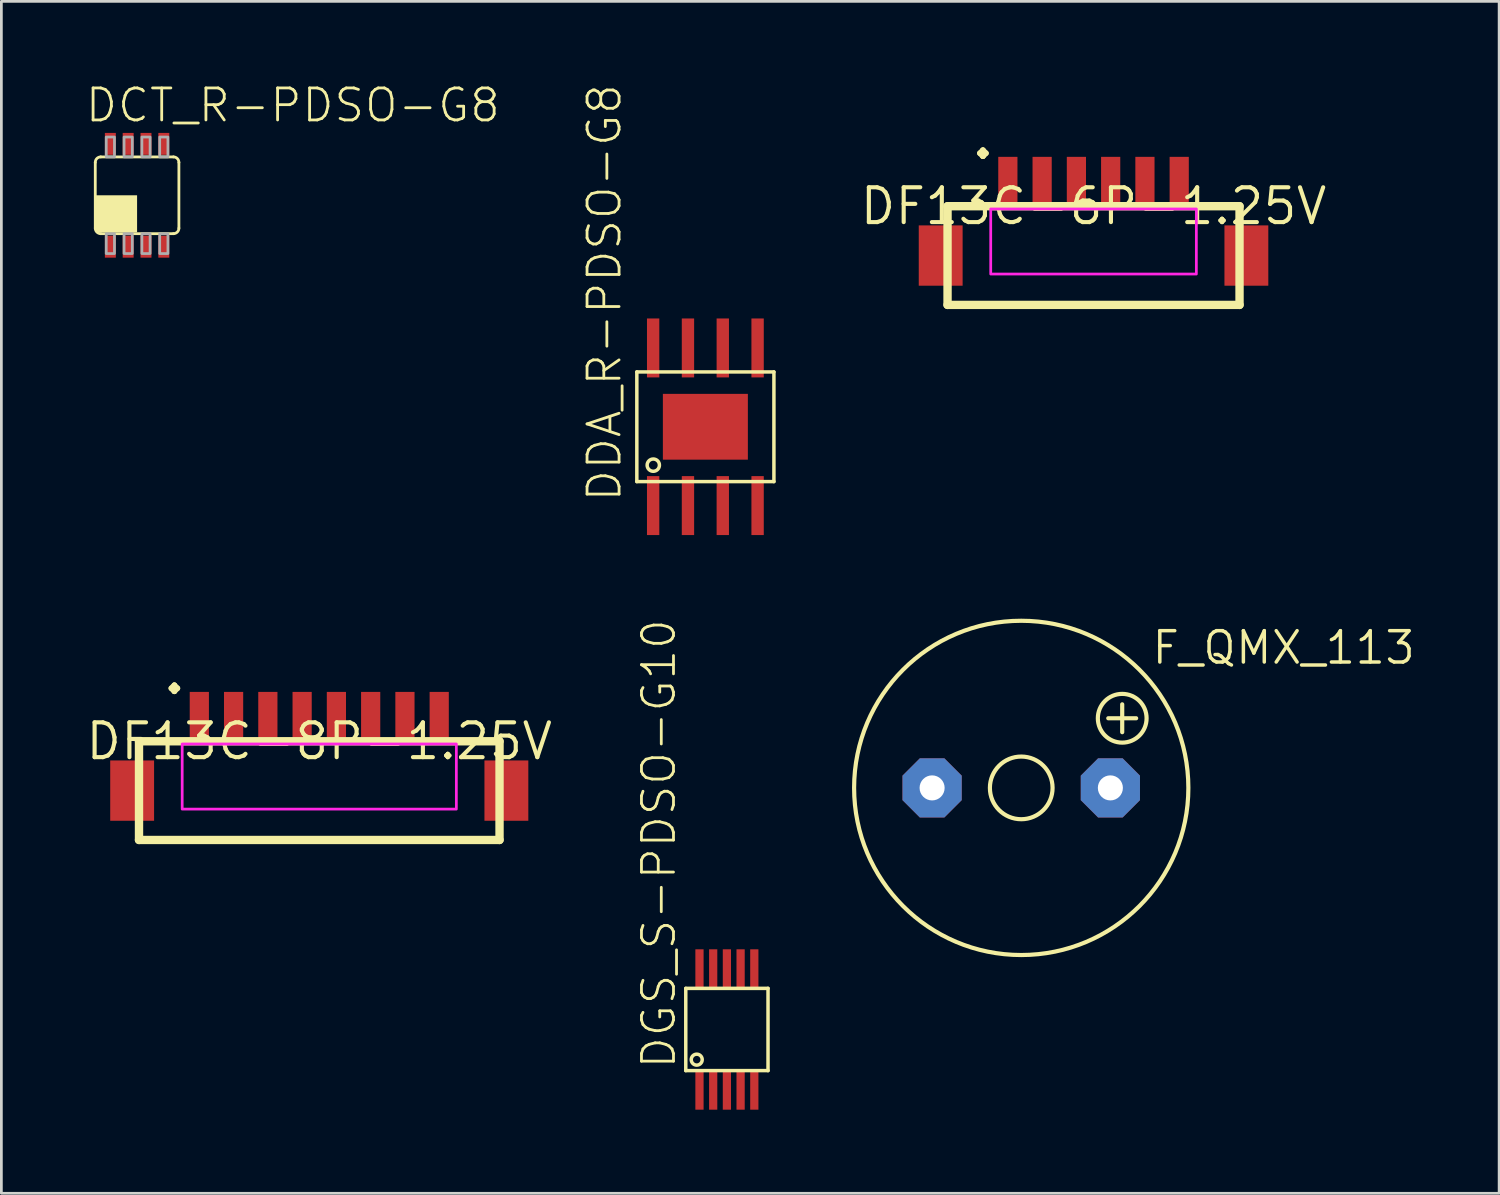
<source format=kicad_pcb>
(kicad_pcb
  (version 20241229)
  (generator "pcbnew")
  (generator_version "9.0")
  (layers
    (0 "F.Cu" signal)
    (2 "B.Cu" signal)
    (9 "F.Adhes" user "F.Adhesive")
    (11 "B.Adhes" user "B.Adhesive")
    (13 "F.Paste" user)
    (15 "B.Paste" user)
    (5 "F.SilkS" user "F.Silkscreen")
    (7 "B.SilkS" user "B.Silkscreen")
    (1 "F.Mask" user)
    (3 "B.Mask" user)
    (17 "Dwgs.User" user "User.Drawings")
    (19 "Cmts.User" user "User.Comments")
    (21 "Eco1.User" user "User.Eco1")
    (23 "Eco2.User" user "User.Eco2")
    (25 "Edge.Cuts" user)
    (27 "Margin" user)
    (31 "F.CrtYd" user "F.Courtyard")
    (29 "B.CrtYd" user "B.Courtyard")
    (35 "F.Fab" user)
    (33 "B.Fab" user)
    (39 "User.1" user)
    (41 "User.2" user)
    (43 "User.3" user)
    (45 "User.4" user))
  (footprint "DDA_R-PDSO-G8"
    (layer "F.Cu")
    (at 22.678 12.516)
    (property "Reference" "DDA_R-PDSO-G8" (at -3 2.8 90) (unlocked yes) (layer "F.SilkS") (effects (font (size 1.168 1.168) (thickness 0.102)) (justify left bottom)))
    (fp_poly (pts (xy -2.175 -1.75) (xy -1.625 -1.75) (xy -1.625 -4) (xy -2.175 -4)) (stroke (width 0) (type default)) (fill yes) (layer "F.Mask"))
    (fp_poly (pts (xy -2.175 4) (xy -1.625 4) (xy -1.625 1.75) (xy -2.175 1.75)) (stroke (width 0) (type default)) (fill yes) (layer "F.Mask"))
    (fp_poly (pts (xy -1.6 1.25) (xy 1.6 1.25) (xy 1.6 -1.25) (xy -1.6 -1.25)) (stroke (width 0) (type default)) (fill yes) (layer "F.Mask"))
    (fp_poly (pts (xy -0.9 -1.75) (xy -0.35 -1.75) (xy -0.35 -4) (xy -0.9 -4)) (stroke (width 0) (type default)) (fill yes) (layer "F.Mask"))
    (fp_poly (pts (xy -0.9 4) (xy -0.35 4) (xy -0.35 1.75) (xy -0.9 1.75)) (stroke (width 0) (type default)) (fill yes) (layer "F.Mask"))
    (fp_poly (pts (xy 0.35 -1.75) (xy 0.9 -1.75) (xy 0.9 -4) (xy 0.35 -4)) (stroke (width 0) (type default)) (fill yes) (layer "F.Mask"))
    (fp_poly (pts (xy 0.35 4) (xy 0.9 4) (xy 0.9 1.75) (xy 0.35 1.75)) (stroke (width 0) (type default)) (fill yes) (layer "F.Mask"))
    (fp_poly (pts (xy 1.625 -1.75) (xy 2.175 -1.75) (xy 2.175 -4) (xy 1.625 -4)) (stroke (width 0) (type default)) (fill yes) (layer "F.Mask"))
    (fp_poly (pts (xy 1.625 4) (xy 2.175 4) (xy 2.175 1.75) (xy 1.625 1.75)) (stroke (width 0) (type default)) (fill yes) (layer "F.Mask"))
    (fp_line (start -2.5 -2) (end 2.5 -2) (stroke (width 0.127) (type solid)) (layer "F.SilkS"))
    (fp_line (start -2.5 2) (end -2.5 -2) (stroke (width 0.127) (type solid)) (layer "F.SilkS"))
    (fp_line (start 2.5 -2) (end 2.5 2) (stroke (width 0.127) (type solid)) (layer "F.SilkS"))
    (fp_line (start 2.5 2) (end -2.5 2) (stroke (width 0.127) (type solid)) (layer "F.SilkS"))
    (fp_circle (center -1.9 1.4) (end -1.676 1.4) (stroke (width 0.127) (type solid)) (fill no) (layer "F.SilkS"))
    (fp_poly (pts (xy -2.1 -1.825) (xy -1.7 -1.825) (xy -1.7 -3.925) (xy -2.1 -3.925)) (stroke (width 0) (type default)) (fill yes) (layer "F.Paste"))
    (fp_poly (pts (xy -2.1 3.925) (xy -1.7 3.925) (xy -1.7 1.825) (xy -2.1 1.825)) (stroke (width 0) (type default)) (fill yes) (layer "F.Paste"))
    (fp_poly (pts (xy -1.3 -0.2) (xy -0.2 -0.2) (xy -0.2 -1) (xy -1.3 -1)) (stroke (width 0) (type default)) (fill yes) (layer "F.Paste"))
    (fp_poly (pts (xy -1.3 1) (xy -0.2 1) (xy -0.2 0.2) (xy -1.3 0.2)) (stroke (width 0) (type default)) (fill yes) (layer "F.Paste"))
    (fp_poly (pts (xy -0.825 -1.825) (xy -0.425 -1.825) (xy -0.425 -3.925) (xy -0.825 -3.925)) (stroke (width 0) (type default)) (fill yes) (layer "F.Paste"))
    (fp_poly (pts (xy -0.825 3.925) (xy -0.425 3.925) (xy -0.425 1.825) (xy -0.825 1.825)) (stroke (width 0) (type default)) (fill yes) (layer "F.Paste"))
    (fp_poly (pts (xy 0.2 -0.2) (xy 1.3 -0.2) (xy 1.3 -1) (xy 0.2 -1)) (stroke (width 0) (type default)) (fill yes) (layer "F.Paste"))
    (fp_poly (pts (xy 0.2 1) (xy 1.3 1) (xy 1.3 0.2) (xy 0.2 0.2)) (stroke (width 0) (type default)) (fill yes) (layer "F.Paste"))
    (fp_poly (pts (xy 0.425 -1.825) (xy 0.825 -1.825) (xy 0.825 -3.925) (xy 0.425 -3.925)) (stroke (width 0) (type default)) (fill yes) (layer "F.Paste"))
    (fp_poly (pts (xy 0.425 3.925) (xy 0.825 3.925) (xy 0.825 1.825) (xy 0.425 1.825)) (stroke (width 0) (type default)) (fill yes) (layer "F.Paste"))
    (fp_poly (pts (xy 1.7 -1.825) (xy 2.1 -1.825) (xy 2.1 -3.925) (xy 1.7 -3.925)) (stroke (width 0) (type default)) (fill yes) (layer "F.Paste"))
    (fp_poly (pts (xy 1.7 3.925) (xy 2.1 3.925) (xy 2.1 1.825) (xy 1.7 1.825)) (stroke (width 0) (type default)) (fill yes) (layer "F.Paste"))
    (pad "1" smd rect (at -1.905 2.875) (size 0.45 2.15) (layers "F.Cu"))
    (pad "2" smd rect (at -0.635 2.875) (size 0.45 2.15) (layers "F.Cu"))
    (pad "3" smd rect (at 0.635 2.875) (size 0.45 2.15) (layers "F.Cu"))
    (pad "4" smd rect (at 1.905 2.875) (size 0.45 2.15) (layers "F.Cu"))
    (pad "5" smd rect (at 1.905 -2.875) (size 0.45 2.15) (layers "F.Cu"))
    (pad "6" smd rect (at 0.635 -2.875) (size 0.45 2.15) (layers "F.Cu"))
    (pad "7" smd rect (at -0.635 -2.875) (size 0.45 2.15) (layers "F.Cu"))
    (pad "8" smd rect (at -1.905 -2.875) (size 0.45 2.15) (layers "F.Cu"))
    (pad "PAD" smd rect (at 0 0) (size 3.1 2.4) (layers "F.Cu")))
  (footprint "F_QMX_113"
    (layer "F.Cu")
    (at 34.199 25.688)
    (property "Reference" "F_QMX_113" (at 4.699 -4.445 0) (unlocked yes) (layer "F.SilkS") (effects (font (size 1.143 1.143) (thickness 0.127)) (justify left bottom)))
    (fp_line (start 3.175 -2.54) (end 4.191 -2.54) (stroke (width 0.152) (type solid)) (layer "F.SilkS"))
    (fp_line (start 3.683 -2.032) (end 3.683 -3.048) (stroke (width 0.152) (type solid)) (layer "F.SilkS"))
    (fp_circle (center 0 0) (end 1.143 0) (stroke (width 0.152) (type solid)) (fill no) (layer "F.SilkS"))
    (fp_circle (center 0 0) (end 6.096 0) (stroke (width 0.152) (type solid)) (fill no) (layer "F.SilkS"))
    (fp_circle (center 3.683 -2.54) (end 4.572 -2.54) (stroke (width 0.152) (type solid)) (fill no) (layer "F.SilkS"))
    (pad "+" thru_hole roundrect (at 3.251 0) (size 2.159 2.159) (drill 0.914) (layers "*.Cu" "*.Mask") (roundrect_rratio 0.25) (chamfer_ratio 0.293) (chamfer top_left top_right bottom_left bottom_right))
    (pad "-" thru_hole roundrect (at -3.251 0) (size 2.159 2.159) (drill 0.914) (layers "*.Cu" "*.Mask") (roundrect_rratio 0.25) (chamfer_ratio 0.293) (chamfer top_left top_right bottom_left bottom_right)))
  (footprint "DCT_R-PDSO-G8"
    (layer "F.Cu")
    (at 1.95 4.073)
    (property "Reference" "DCT_R-PDSO-G8" (at -1.95 -2.6 0) (unlocked yes) (layer "F.SilkS") (effects (font (size 1.168 1.168) (thickness 0.102)) (justify left bottom)))
    (fp_poly (pts (xy -1.225 2.35) (xy -0.725 2.35) (xy -0.725 1.425) (xy -1.225 1.425)) (stroke (width 0) (type default)) (fill yes) (layer "F.Mask"))
    (fp_poly (pts (xy -0.725 -2.35) (xy -1.225 -2.35) (xy -1.225 -1.425) (xy -0.725 -1.425)) (stroke (width 0) (type default)) (fill yes) (layer "F.Mask"))
    (fp_poly (pts (xy -0.575 2.35) (xy -0.075 2.35) (xy -0.075 1.425) (xy -0.575 1.425)) (stroke (width 0) (type default)) (fill yes) (layer "F.Mask"))
    (fp_poly (pts (xy -0.075 -2.35) (xy -0.575 -2.35) (xy -0.575 -1.425) (xy -0.075 -1.425)) (stroke (width 0) (type default)) (fill yes) (layer "F.Mask"))
    (fp_poly (pts (xy 0.075 2.35) (xy 0.575 2.35) (xy 0.575 1.425) (xy 0.075 1.425)) (stroke (width 0) (type default)) (fill yes) (layer "F.Mask"))
    (fp_poly (pts (xy 0.575 -2.35) (xy 0.075 -2.35) (xy 0.075 -1.425) (xy 0.575 -1.425)) (stroke (width 0) (type default)) (fill yes) (layer "F.Mask"))
    (fp_poly (pts (xy 0.725 2.35) (xy 1.225 2.35) (xy 1.225 1.425) (xy 0.725 1.425)) (stroke (width 0) (type default)) (fill yes) (layer "F.Mask"))
    (fp_poly (pts (xy 1.225 -2.35) (xy 0.725 -2.35) (xy 0.725 -1.425) (xy 1.225 -1.425)) (stroke (width 0) (type default)) (fill yes) (layer "F.Mask"))
    (fp_line (start -1.525 1.2) (end -1.525 -1.2) (stroke (width 0.102) (type solid)) (layer "F.SilkS"))
    (fp_line (start -1.325 -1.4) (end 1.325 -1.4) (stroke (width 0.102) (type solid)) (layer "F.SilkS"))
    (fp_line (start 1.325 1.4) (end -1.325 1.4) (stroke (width 0.102) (type solid)) (layer "F.SilkS"))
    (fp_line (start 1.525 -1.2) (end 1.525 1.2) (stroke (width 0.102) (type solid)) (layer "F.SilkS"))
    (fp_arc (start -1.525 -1.2) (mid -1.466421 -1.341421) (end -1.325 -1.4) (stroke (width 0.1016) (type solid)) (layer "F.SilkS"))
    (fp_arc (start -1.325 1.4) (mid -1.466421 1.341421) (end -1.525 1.2) (stroke (width 0.1016) (type solid)) (layer "F.SilkS"))
    (fp_arc (start 1.325 -1.4) (mid 1.466421 -1.341421) (end 1.525 -1.2) (stroke (width 0.1016) (type solid)) (layer "F.SilkS"))
    (fp_arc (start 1.525 1.2) (mid 1.466421 1.341421) (end 1.325 1.4) (stroke (width 0.1016) (type solid)) (layer "F.SilkS"))
    (fp_poly (pts (xy -1.5 1.35) (xy 0 1.35) (xy 0 0) (xy -1.5 0)) (stroke (width 0) (type default)) (fill yes) (layer "F.SilkS"))
    (fp_poly (pts (xy -1.125 2.125) (xy -0.825 2.125) (xy -0.825 1.4) (xy -1.125 1.4)) (stroke (width 0.1) (type default)) (fill no) (layer "F.Fab"))
    (fp_poly (pts (xy -0.825 -2.125) (xy -1.125 -2.125) (xy -1.125 -1.4) (xy -0.825 -1.4)) (stroke (width 0.1) (type default)) (fill no) (layer "F.Fab"))
    (fp_poly (pts (xy -0.475 2.125) (xy -0.175 2.125) (xy -0.175 1.4) (xy -0.475 1.4)) (stroke (width 0.1) (type default)) (fill no) (layer "F.Fab"))
    (fp_poly (pts (xy -0.175 -2.125) (xy -0.475 -2.125) (xy -0.475 -1.4) (xy -0.175 -1.4)) (stroke (width 0.1) (type default)) (fill no) (layer "F.Fab"))
    (fp_poly (pts (xy 0.175 2.125) (xy 0.475 2.125) (xy 0.475 1.4) (xy 0.175 1.4)) (stroke (width 0.1) (type default)) (fill no) (layer "F.Fab"))
    (fp_poly (pts (xy 0.475 -2.125) (xy 0.175 -2.125) (xy 0.175 -1.4) (xy 0.475 -1.4)) (stroke (width 0.1) (type default)) (fill no) (layer "F.Fab"))
    (fp_poly (pts (xy 0.825 2.125) (xy 1.125 2.125) (xy 1.125 1.4) (xy 0.825 1.4)) (stroke (width 0.1) (type default)) (fill no) (layer "F.Fab"))
    (fp_poly (pts (xy 1.125 -2.125) (xy 0.825 -2.125) (xy 0.825 -1.4) (xy 1.125 -1.4)) (stroke (width 0.1) (type default)) (fill no) (layer "F.Fab"))
    (pad "1" smd rect (at -0.975 1.875) (size 0.4 0.8) (layers "F.Cu" "F.Paste"))
    (pad "2" smd rect (at -0.325 1.875) (size 0.4 0.8) (layers "F.Cu" "F.Paste"))
    (pad "3" smd rect (at 0.325 1.875) (size 0.4 0.8) (layers "F.Cu" "F.Paste"))
    (pad "4" smd rect (at 0.975 1.875) (size 0.4 0.8) (layers "F.Cu" "F.Paste"))
    (pad "5" smd rect (at 0.975 -1.875 180) (size 0.4 0.8) (layers "F.Cu" "F.Paste"))
    (pad "6" smd rect (at 0.325 -1.875 180) (size 0.4 0.8) (layers "F.Cu" "F.Paste"))
    (pad "7" smd rect (at -0.325 -1.875 180) (size 0.4 0.8) (layers "F.Cu" "F.Paste"))
    (pad "8" smd rect (at -0.975 -1.875 180) (size 0.4 0.8) (layers "F.Cu" "F.Paste")))
  (footprint "DF13C-6P-1.25V"
    (layer "F.Cu")
    (at 36.836 4.471)
    (property "Reference" "DF13C-6P-1.25V" (at 0 0 0) (layer "F.SilkS") (effects (font (size 1.27 1.27) (thickness 0.15))))
    (fp_line (start -5.325 0) (end -5.325 3.6) (stroke (width 0.305) (type solid)) (layer "F.SilkS"))
    (fp_line (start -5.325 3.6) (end 5.325 3.6) (stroke (width 0.305) (type solid)) (layer "F.SilkS"))
    (fp_line (start 5.325 0) (end -5.325 0) (stroke (width 0.305) (type solid)) (layer "F.SilkS"))
    (fp_line (start 5.325 3.6) (end 5.325 0) (stroke (width 0.305) (type solid)) (layer "F.SilkS"))
    (fp_poly (pts (xy -3.75 2.475) (xy 3.75 2.475) (xy 3.75 0.1) (xy -3.75 0.1)) (stroke (width 0.1) (type default)) (fill no) (layer "F.CrtYd"))
    (fp_text user "." (at -4.725 -1.525 0) (unlocked yes) (layer "F.SilkS") (effects (font (size 2.337 2.337) (thickness 0.203)) (justify left bottom)))
    (pad "M$0" smd rect (at 5.575 1.8 90) (size 2.2 1.6) (layers "F.Cu" "F.Mask" "F.Paste"))
    (pad "M$1" smd rect (at -5.575 1.8 90) (size 2.2 1.6) (layers "F.Cu" "F.Mask" "F.Paste"))
    (pad "P$1" smd rect (at -3.125 -0.9) (size 0.7 1.8) (layers "F.Cu" "F.Mask" "F.Paste"))
    (pad "P$2" smd rect (at -1.875 -0.9) (size 0.7 1.8) (layers "F.Cu" "F.Mask" "F.Paste"))
    (pad "P$3" smd rect (at -0.625 -0.9) (size 0.7 1.8) (layers "F.Cu" "F.Mask" "F.Paste"))
    (pad "P$4" smd rect (at 0.625 -0.9) (size 0.7 1.8) (layers "F.Cu" "F.Mask" "F.Paste"))
    (pad "P$5" smd rect (at 1.875 -0.9) (size 0.7 1.8) (layers "F.Cu" "F.Mask" "F.Paste"))
    (pad "P$6" smd rect (at 3.125 -0.9) (size 0.7 1.8) (layers "F.Cu" "F.Mask" "F.Paste")))
  (footprint "DF13C-8P-1.25V"
    (layer "F.Cu")
    (at 8.595 23.987)
    (property "Reference" "DF13C-8P-1.25V" (at 0 0 0) (layer "F.SilkS") (effects (font (size 1.27 1.27) (thickness 0.15))))
    (fp_line (start -6.575 0) (end -6.575 3.6) (stroke (width 0.305) (type solid)) (layer "F.SilkS"))
    (fp_line (start -6.575 3.6) (end 6.575 3.6) (stroke (width 0.305) (type solid)) (layer "F.SilkS"))
    (fp_line (start 6.575 0) (end -6.575 0) (stroke (width 0.305) (type solid)) (layer "F.SilkS"))
    (fp_line (start 6.575 3.6) (end 6.575 0) (stroke (width 0.305) (type solid)) (layer "F.SilkS"))
    (fp_poly (pts (xy -5 2.475) (xy 5 2.475) (xy 5 0.1) (xy -5 0.1)) (stroke (width 0.1) (type default)) (fill no) (layer "F.CrtYd"))
    (fp_text user "." (at -5.975 -1.525 0) (unlocked yes) (layer "F.SilkS") (effects (font (size 2.337 2.337) (thickness 0.203)) (justify left bottom)))
    (pad "M$0" smd rect (at 6.825 1.8 90) (size 2.2 1.6) (layers "F.Cu" "F.Mask" "F.Paste"))
    (pad "M$1" smd rect (at -6.825 1.8 90) (size 2.2 1.6) (layers "F.Cu" "F.Mask" "F.Paste"))
    (pad "P$1" smd rect (at -4.375 -0.9) (size 0.7 1.8) (layers "F.Cu" "F.Mask" "F.Paste"))
    (pad "P$2" smd rect (at -3.125 -0.9) (size 0.7 1.8) (layers "F.Cu" "F.Mask" "F.Paste"))
    (pad "P$3" smd rect (at -1.875 -0.9) (size 0.7 1.8) (layers "F.Cu" "F.Mask" "F.Paste"))
    (pad "P$4" smd rect (at -0.625 -0.9) (size 0.7 1.8) (layers "F.Cu" "F.Mask" "F.Paste"))
    (pad "P$5" smd rect (at 0.625 -0.9) (size 0.7 1.8) (layers "F.Cu" "F.Mask" "F.Paste"))
    (pad "P$6" smd rect (at 1.875 -0.9) (size 0.7 1.8) (layers "F.Cu" "F.Mask" "F.Paste"))
    (pad "P$7" smd rect (at 3.125 -0.9) (size 0.7 1.8) (layers "F.Cu" "F.Mask" "F.Paste"))
    (pad "P$8" smd rect (at 4.375 -0.9) (size 0.7 1.8) (layers "F.Cu" "F.Mask" "F.Paste")))
  (footprint "DGS_S-PDSO-G10"
    (layer "F.Cu")
    (at 23.463 34.5)
    (property "Reference" "DGS_S-PDSO-G10" (at -1.8 1.5 90) (unlocked yes) (layer "F.SilkS") (effects (font (size 1.168 1.168) (thickness 0.102)) (justify left bottom)))
    (fp_poly (pts (xy -1.2 -1.425) (xy -0.8 -1.425) (xy -0.8 -2.975) (xy -1.2 -2.975)) (stroke (width 0) (type default)) (fill yes) (layer "F.Mask"))
    (fp_poly (pts (xy -1.2 2.975) (xy -0.8 2.975) (xy -0.8 1.425) (xy -1.2 1.425)) (stroke (width 0) (type default)) (fill yes) (layer "F.Mask"))
    (fp_poly (pts (xy -0.7 -1.425) (xy -0.3 -1.425) (xy -0.3 -2.975) (xy -0.7 -2.975)) (stroke (width 0) (type default)) (fill yes) (layer "F.Mask"))
    (fp_poly (pts (xy -0.7 2.975) (xy -0.3 2.975) (xy -0.3 1.425) (xy -0.7 1.425)) (stroke (width 0) (type default)) (fill yes) (layer "F.Mask"))
    (fp_poly (pts (xy -0.2 -1.425) (xy 0.2 -1.425) (xy 0.2 -2.975) (xy -0.2 -2.975)) (stroke (width 0) (type default)) (fill yes) (layer "F.Mask"))
    (fp_poly (pts (xy -0.2 2.975) (xy 0.2 2.975) (xy 0.2 1.425) (xy -0.2 1.425)) (stroke (width 0) (type default)) (fill yes) (layer "F.Mask"))
    (fp_poly (pts (xy 0.3 -1.425) (xy 0.7 -1.425) (xy 0.7 -2.975) (xy 0.3 -2.975)) (stroke (width 0) (type default)) (fill yes) (layer "F.Mask"))
    (fp_poly (pts (xy 0.3 2.975) (xy 0.7 2.975) (xy 0.7 1.425) (xy 0.3 1.425)) (stroke (width 0) (type default)) (fill yes) (layer "F.Mask"))
    (fp_poly (pts (xy 0.8 -1.425) (xy 1.2 -1.425) (xy 1.2 -2.975) (xy 0.8 -2.975)) (stroke (width 0) (type default)) (fill yes) (layer "F.Mask"))
    (fp_poly (pts (xy 0.8 2.975) (xy 1.2 2.975) (xy 1.2 1.425) (xy 0.8 1.425)) (stroke (width 0) (type default)) (fill yes) (layer "F.Mask"))
    (fp_line (start -1.5 -1.5) (end 1.5 -1.5) (stroke (width 0.127) (type solid)) (layer "F.SilkS"))
    (fp_line (start -1.5 1.5) (end -1.5 -1.5) (stroke (width 0.127) (type solid)) (layer "F.SilkS"))
    (fp_line (start 1.5 -1.5) (end 1.5 1.5) (stroke (width 0.127) (type solid)) (layer "F.SilkS"))
    (fp_line (start 1.5 1.5) (end -1.5 1.5) (stroke (width 0.127) (type solid)) (layer "F.SilkS"))
    (fp_circle (center -1.1 1.1) (end -0.9 1.1) (stroke (width 0.127) (type solid)) (fill no) (layer "F.SilkS"))
    (fp_poly (pts (xy -1.125 -1.5) (xy -0.875 -1.5) (xy -0.875 -2.9) (xy -1.125 -2.9)) (stroke (width 0) (type default)) (fill yes) (layer "F.Paste"))
    (fp_poly (pts (xy -1.125 2.9) (xy -0.875 2.9) (xy -0.875 1.5) (xy -1.125 1.5)) (stroke (width 0) (type default)) (fill yes) (layer "F.Paste"))
    (fp_poly (pts (xy -0.625 -1.5) (xy -0.375 -1.5) (xy -0.375 -2.9) (xy -0.625 -2.9)) (stroke (width 0) (type default)) (fill yes) (layer "F.Paste"))
    (fp_poly (pts (xy -0.625 2.9) (xy -0.375 2.9) (xy -0.375 1.5) (xy -0.625 1.5)) (stroke (width 0) (type default)) (fill yes) (layer "F.Paste"))
    (fp_poly (pts (xy -0.125 -1.5) (xy 0.125 -1.5) (xy 0.125 -2.9) (xy -0.125 -2.9)) (stroke (width 0) (type default)) (fill yes) (layer "F.Paste"))
    (fp_poly (pts (xy -0.125 2.9) (xy 0.125 2.9) (xy 0.125 1.5) (xy -0.125 1.5)) (stroke (width 0) (type default)) (fill yes) (layer "F.Paste"))
    (fp_poly (pts (xy 0.375 -1.5) (xy 0.625 -1.5) (xy 0.625 -2.9) (xy 0.375 -2.9)) (stroke (width 0) (type default)) (fill yes) (layer "F.Paste"))
    (fp_poly (pts (xy 0.375 2.9) (xy 0.625 2.9) (xy 0.625 1.5) (xy 0.375 1.5)) (stroke (width 0) (type default)) (fill yes) (layer "F.Paste"))
    (fp_poly (pts (xy 0.875 -1.5) (xy 1.125 -1.5) (xy 1.125 -2.9) (xy 0.875 -2.9)) (stroke (width 0) (type default)) (fill yes) (layer "F.Paste"))
    (fp_poly (pts (xy 0.875 2.9) (xy 1.125 2.9) (xy 1.125 1.5) (xy 0.875 1.5)) (stroke (width 0) (type default)) (fill yes) (layer "F.Paste"))
    (pad "1" smd rect (at -1 2.2) (size 0.3 1.45) (layers "F.Cu"))
    (pad "2" smd rect (at -0.5 2.2) (size 0.3 1.45) (layers "F.Cu"))
    (pad "3" smd rect (at 0 2.2) (size 0.3 1.45) (layers "F.Cu"))
    (pad "4" smd rect (at 0.5 2.2) (size 0.3 1.45) (layers "F.Cu"))
    (pad "5" smd rect (at 1 2.2) (size 0.3 1.45) (layers "F.Cu"))
    (pad "6" smd rect (at 1 -2.2) (size 0.3 1.45) (layers "F.Cu"))
    (pad "7" smd rect (at 0.5 -2.2) (size 0.3 1.45) (layers "F.Cu"))
    (pad "8" smd rect (at 0 -2.2) (size 0.3 1.45) (layers "F.Cu"))
    (pad "9" smd rect (at -0.5 -2.2) (size 0.3 1.45) (layers "F.Cu"))
    (pad "10" smd rect (at -1 -2.2) (size 0.3 1.45) (layers "F.Cu")))
  (gr_rect
    (start -3 -3)
    (end 51.63 40.475)
    (stroke (width 0.1) (type default))
    (fill no)
    (layer "Edge.Cuts")))
</source>
